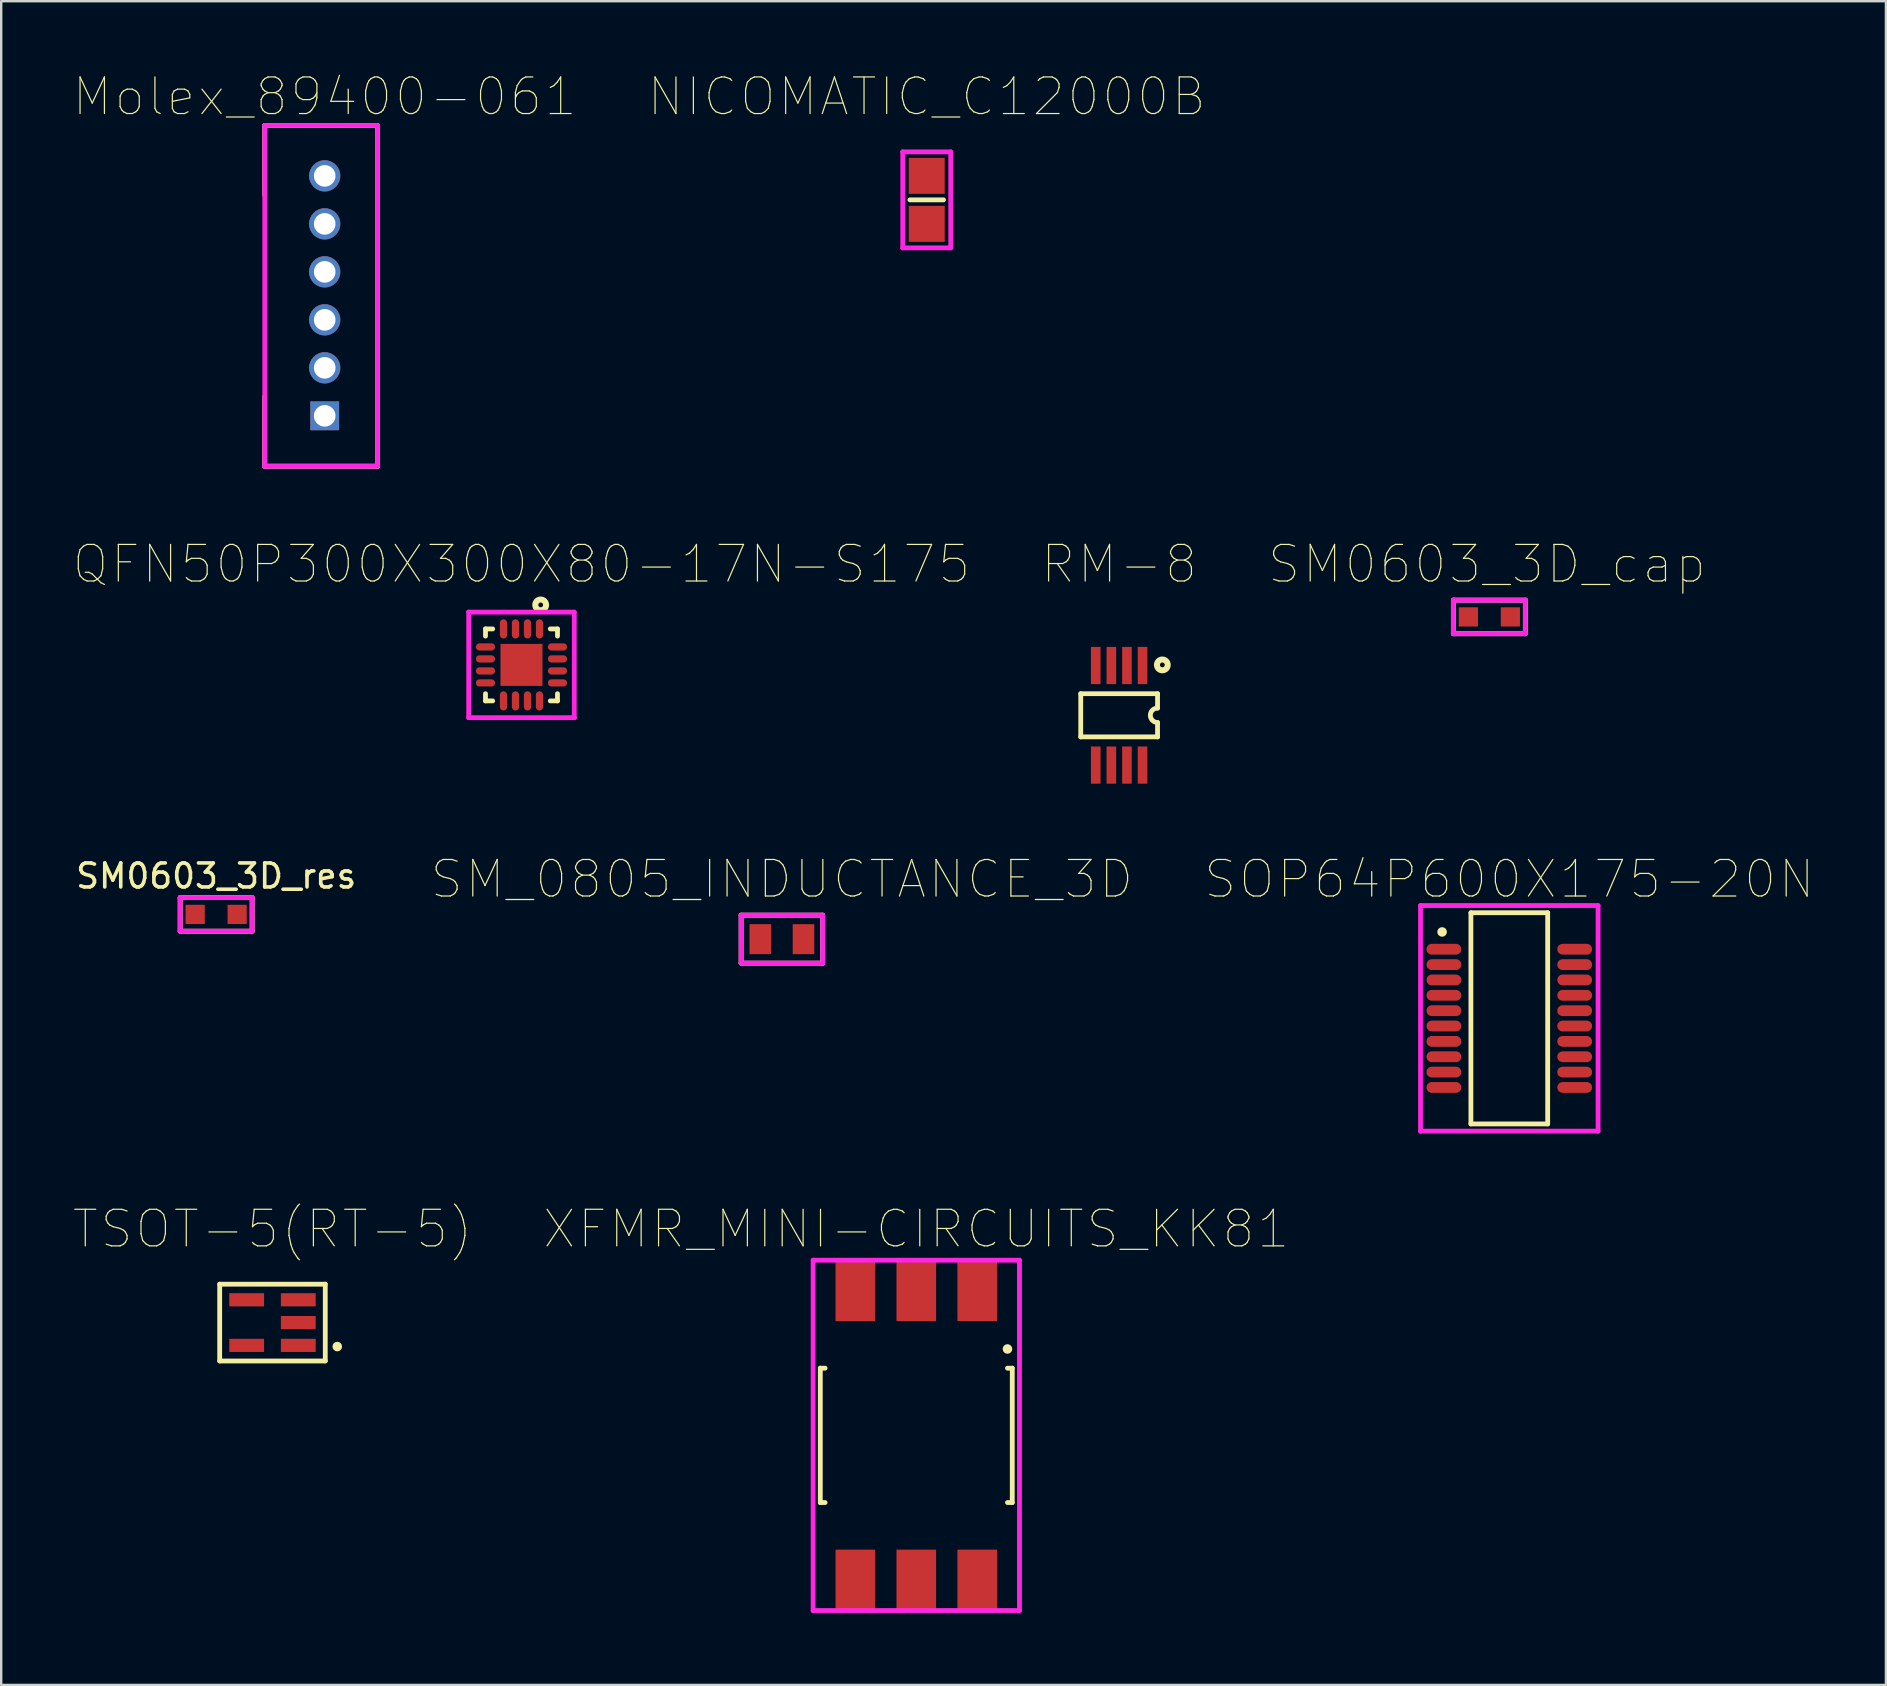
<source format=kicad_pcb>
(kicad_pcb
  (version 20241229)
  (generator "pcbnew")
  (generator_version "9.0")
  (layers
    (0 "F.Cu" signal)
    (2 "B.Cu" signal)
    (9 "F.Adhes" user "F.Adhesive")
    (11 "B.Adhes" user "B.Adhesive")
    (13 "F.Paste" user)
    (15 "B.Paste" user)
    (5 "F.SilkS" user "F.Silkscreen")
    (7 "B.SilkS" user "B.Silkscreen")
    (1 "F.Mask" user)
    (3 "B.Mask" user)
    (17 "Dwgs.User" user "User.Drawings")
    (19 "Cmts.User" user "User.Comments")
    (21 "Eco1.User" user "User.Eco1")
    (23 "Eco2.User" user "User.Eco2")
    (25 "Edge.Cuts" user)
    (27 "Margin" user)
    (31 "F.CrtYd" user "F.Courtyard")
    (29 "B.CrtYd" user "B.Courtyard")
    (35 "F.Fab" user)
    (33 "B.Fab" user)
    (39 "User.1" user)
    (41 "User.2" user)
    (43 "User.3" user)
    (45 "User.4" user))
  (footprint "QFN50P300X300X80-17N-S175"
    (layer "F.Cu")
    (at 18.682 24.659)
    (property "Reference" "QFN50P300X300X80-17N-S175" (at 0 -4.2 0) (layer "F.SilkS") (effects (font (size 1.524 1.524) (thickness 0.05))))
    (attr smd)
    (fp_line (start -1.5 -1.5) (end -1.5 -1.2) (stroke (width 0.2) (type solid)) (layer "F.SilkS"))
    (fp_line (start -1.5 1.2) (end -1.5 1.5) (stroke (width 0.2) (type solid)) (layer "F.SilkS"))
    (fp_line (start -1.5 1.5) (end -1.2 1.5) (stroke (width 0.2) (type solid)) (layer "F.SilkS"))
    (fp_line (start -1.2 -1.5) (end -1.5 -1.5) (stroke (width 0.2) (type solid)) (layer "F.SilkS"))
    (fp_line (start 1.2 1.5) (end 1.5 1.5) (stroke (width 0.2) (type solid)) (layer "F.SilkS"))
    (fp_line (start 1.5 -1.5) (end 1.2 -1.5) (stroke (width 0.2) (type solid)) (layer "F.SilkS"))
    (fp_line (start 1.5 -1.2) (end 1.5 -1.5) (stroke (width 0.2) (type solid)) (layer "F.SilkS"))
    (fp_line (start 1.5 1.5) (end 1.5 1.2) (stroke (width 0.2) (type solid)) (layer "F.SilkS"))
    (fp_circle (center 0.8 -2.5) (end 0.9 -2.5) (stroke (width 0.25) (type solid)) (fill no) (layer "F.SilkS"))
    (fp_line (start -2.2 -2.2) (end -2.2 2.2) (stroke (width 0.2) (type solid)) (layer "F.CrtYd"))
    (fp_line (start -2.2 2.2) (end 2.2 2.2) (stroke (width 0.2) (type solid)) (layer "F.CrtYd"))
    (fp_line (start 2.2 -2.2) (end -2.2 -2.2) (stroke (width 0.2) (type solid)) (layer "F.CrtYd"))
    (fp_line (start 2.2 2.2) (end 2.2 -2.2) (stroke (width 0.2) (type solid)) (layer "F.CrtYd"))
    (pad "1" smd oval (at 0.75 -1.5 270) (size 0.8 0.3) (layers "F.Cu" "F.Mask" "F.Paste"))
    (pad "2" smd oval (at 0.25 -1.5 270) (size 0.8 0.3) (layers "F.Cu" "F.Mask" "F.Paste"))
    (pad "3" smd oval (at -0.25 -1.5 270) (size 0.8 0.3) (layers "F.Cu" "F.Mask" "F.Paste"))
    (pad "4" smd oval (at -0.75 -1.5 270) (size 0.8 0.3) (layers "F.Cu" "F.Mask" "F.Paste"))
    (pad "5" smd oval (at -1.5 -0.75) (size 0.8 0.3) (layers "F.Cu" "F.Mask" "F.Paste"))
    (pad "6" smd oval (at -1.5 -0.25) (size 0.8 0.3) (layers "F.Cu" "F.Mask" "F.Paste"))
    (pad "7" smd oval (at -1.5 0.25) (size 0.8 0.3) (layers "F.Cu" "F.Mask" "F.Paste"))
    (pad "8" smd oval (at -1.5 0.75) (size 0.8 0.3) (layers "F.Cu" "F.Mask" "F.Paste"))
    (pad "9" smd oval (at -0.75 1.5 270) (size 0.8 0.3) (layers "F.Cu" "F.Mask" "F.Paste"))
    (pad "10" smd oval (at -0.25 1.5 270) (size 0.8 0.3) (layers "F.Cu" "F.Mask" "F.Paste"))
    (pad "11" smd oval (at 0.25 1.5 270) (size 0.8 0.3) (layers "F.Cu" "F.Mask" "F.Paste"))
    (pad "12" smd oval (at 0.75 1.5 270) (size 0.8 0.3) (layers "F.Cu" "F.Mask" "F.Paste"))
    (pad "13" smd oval (at 1.5 0.75) (size 0.8 0.3) (layers "F.Cu" "F.Mask" "F.Paste"))
    (pad "14" smd oval (at 1.5 0.25) (size 0.8 0.3) (layers "F.Cu" "F.Mask" "F.Paste"))
    (pad "15" smd oval (at 1.5 -0.25) (size 0.8 0.3) (layers "F.Cu" "F.Mask" "F.Paste"))
    (pad "16" smd oval (at 1.5 -0.75) (size 0.8 0.3) (layers "F.Cu" "F.Mask" "F.Paste"))
    (pad "17" smd rect (at 0 0 270) (size 1.75 1.75) (layers "F.Cu" "F.Mask" "F.Paste")))
  (footprint "NICOMATIC_C12000B"
    (layer "F.Cu")
    (at 35.57 5.279)
    (property "Reference" "NICOMATIC_C12000B" (at 0 -4.3 0) (layer "F.SilkS") (effects (font (size 1.524 1.524) (thickness 0.05))))
    (attr smd)
    (fp_line (start -0.7 0) (end 0.7 0) (stroke (width 0.2) (type solid)) (layer "F.SilkS"))
    (fp_line (start -1 -2) (end -1 2) (stroke (width 0.2) (type solid)) (layer "F.CrtYd"))
    (fp_line (start -1 2) (end 1 2) (stroke (width 0.2) (type solid)) (layer "F.CrtYd"))
    (fp_line (start 1 -2) (end -1 -2) (stroke (width 0.2) (type solid)) (layer "F.CrtYd"))
    (fp_line (start 1 2) (end 1 -2) (stroke (width 0.2) (type solid)) (layer "F.CrtYd"))
    (pad "1" smd rect (at 0 -1 90) (size 1.5 1.5) (layers "F.Cu" "F.Mask" "F.Paste"))
    (pad "1" smd rect (at 0 1 90) (size 1.5 1.5) (layers "F.Cu" "F.Mask" "F.Paste")))
  (footprint "Molex_89400-061"
    (layer "F.Cu")
    (at 10.482 14.279)
    (property "Reference" "Molex_89400-061" (at 0 -13.3 0) (layer "F.SilkS") (effects (font (size 1.524 1.524) (thickness 0.05))))
    (attr smd)
    (fp_line (start -2.5 -12.1) (end -2.5 -9.2) (stroke (width 0.2) (type solid)) (layer "F.SilkS"))
    (fp_line (start -2.5 -0.8) (end -2.5 2.1) (stroke (width 0.2) (type solid)) (layer "F.SilkS"))
    (fp_line (start -2.5 2.1) (end 2.2 2.1) (stroke (width 0.2) (type solid)) (layer "F.SilkS"))
    (fp_line (start 2.2 -12.1) (end -2.5 -12.1) (stroke (width 0.2) (type solid)) (layer "F.SilkS"))
    (fp_line (start 2.2 2.1) (end 2.2 -12.1) (stroke (width 0.2) (type solid)) (layer "F.SilkS"))
    (fp_line (start -2.5 -12.1) (end -2.5 2.1) (stroke (width 0.2) (type solid)) (layer "F.CrtYd"))
    (fp_line (start -2.5 2.1) (end 2.2 2.1) (stroke (width 0.2) (type solid)) (layer "F.CrtYd"))
    (fp_line (start 2.2 -12.1) (end -2.5 -12.1) (stroke (width 0.2) (type solid)) (layer "F.CrtYd"))
    (fp_line (start 2.2 2.1) (end 2.2 -12.1) (stroke (width 0.2) (type solid)) (layer "F.CrtYd"))
    (pad "1" thru_hole rect (at 0 0 180) (size 1.2 1.2) (drill 0.9) (layers "*.Cu" "*.Paste" "*.Mask"))
    (pad "2" thru_hole circle (at 0 -2 180) (size 1.3 1.3) (drill 0.9) (layers "*.Cu" "*.Paste" "*.Mask"))
    (pad "3" thru_hole circle (at 0 -4 180) (size 1.3 1.3) (drill 0.9) (layers "*.Cu" "*.Paste" "*.Mask"))
    (pad "4" thru_hole circle (at 0 -6 180) (size 1.3 1.3) (drill 0.9) (layers "*.Cu" "*.Paste" "*.Mask"))
    (pad "5" thru_hole circle (at 0 -8 180) (size 1.3 1.3) (drill 0.9) (layers "*.Cu" "*.Paste" "*.Mask"))
    (pad "6" thru_hole circle (at 0 -10 180) (size 1.3 1.3) (drill 0.9) (layers "*.Cu" "*.Paste" "*.Mask")))
  (footprint "RM-8"
    (layer "F.Cu")
    (at 43.589 26.759)
    (property "Reference" "RM-8" (at 0 -6.3 0) (layer "F.SilkS") (effects (font (size 1.524 1.524) (thickness 0.05))))
    (attr smd)
    (fp_line (start -1.6 -0.9) (end -1.6 0.9) (stroke (width 0.2) (type solid)) (layer "F.SilkS"))
    (fp_line (start -1.6 -0.9) (end 1.6 -0.9) (stroke (width 0.2) (type solid)) (layer "F.SilkS"))
    (fp_line (start -1.6 0.9) (end 1.6 0.9) (stroke (width 0.2) (type solid)) (layer "F.SilkS"))
    (fp_line (start 1.6 -0.9) (end 1.6 -0.3) (stroke (width 0.2) (type solid)) (layer "F.SilkS"))
    (fp_line (start 1.6 0.9) (end 1.6 0.3) (stroke (width 0.2) (type solid)) (layer "F.SilkS"))
    (fp_arc (start 1.6 0.3) (mid 1.3 0) (end 1.6 -0.3) (stroke (width 0.2) (type solid)) (layer "F.SilkS"))
    (fp_circle (center 1.8 -2.1) (end 1.9 -2.1) (stroke (width 0.25) (type solid)) (fill no) (layer "F.SilkS"))
    (pad "1" smd rect (at 0.975 -2.075) (size 0.4 1.55) (layers "F.Cu" "F.Mask" "F.Paste"))
    (pad "2" smd rect (at 0.325 -2.075) (size 0.4 1.55) (layers "F.Cu" "F.Mask" "F.Paste"))
    (pad "3" smd rect (at -0.325 -2.075) (size 0.4 1.55) (layers "F.Cu" "F.Mask" "F.Paste"))
    (pad "4" smd rect (at -0.975 -2.075) (size 0.4 1.55) (layers "F.Cu" "F.Mask" "F.Paste"))
    (pad "5" smd rect (at -0.975 2.075) (size 0.4 1.55) (layers "F.Cu" "F.Mask" "F.Paste"))
    (pad "6" smd rect (at -0.325 2.075) (size 0.4 1.55) (layers "F.Cu" "F.Mask" "F.Paste"))
    (pad "7" smd rect (at 0.325 2.075) (size 0.4 1.55) (layers "F.Cu" "F.Mask" "F.Paste"))
    (pad "8" smd rect (at 0.975 2.075) (size 0.4 1.55) (layers "F.Cu" "F.Mask" "F.Paste")))
  (footprint "SM_0805_INDUCTANCE_3D"
    (layer "F.Cu")
    (at 29.535 36.088)
    (property "Reference" "SM_0805_INDUCTANCE_3D" (at 0 -2.5 0) (layer "F.SilkS") (effects (font (size 1.524 1.524) (thickness 0.05))))
    (attr smd)
    (fp_line (start -1.7 -1) (end -1.7 1) (stroke (width 0.2) (type solid)) (layer "F.SilkS"))
    (fp_line (start -1.7 1) (end 1.7 1) (stroke (width 0.2) (type solid)) (layer "F.SilkS"))
    (fp_line (start 1.7 -1) (end -1.7 -1) (stroke (width 0.2) (type solid)) (layer "F.SilkS"))
    (fp_line (start 1.7 1) (end 1.7 -1) (stroke (width 0.2) (type solid)) (layer "F.SilkS"))
    (fp_line (start -1.7 -1) (end -1.7 1) (stroke (width 0.2) (type solid)) (layer "F.CrtYd"))
    (fp_line (start -1.7 1) (end 1.7 1) (stroke (width 0.2) (type solid)) (layer "F.CrtYd"))
    (fp_line (start 1.7 -1) (end -1.7 -1) (stroke (width 0.2) (type solid)) (layer "F.CrtYd"))
    (fp_line (start 1.7 1) (end 1.7 -1) (stroke (width 0.2) (type solid)) (layer "F.CrtYd"))
    (pad "1" smd rect (at 0.9 0 270) (size 1.25 0.9) (layers "F.Cu" "F.Mask" "F.Paste"))
    (pad "2" smd rect (at -0.9 0 270) (size 1.25 0.9) (layers "F.Cu" "F.Mask" "F.Paste")))
  (footprint "XFMR_MINI-CIRCUITS_KK81"
    (layer "F.Cu")
    (at 35.135 56.767)
    (property "Reference" "XFMR_MINI-CIRCUITS_KK81" (at 0 -8.6 0) (layer "F.SilkS") (effects (font (size 1.524 1.524) (thickness 0.05))))
    (attr smd)
    (fp_line (start -4 -2.8) (end -4 2.8) (stroke (width 0.2) (type solid)) (layer "F.SilkS"))
    (fp_line (start -4 2.8) (end -3.8 2.8) (stroke (width 0.2) (type solid)) (layer "F.SilkS"))
    (fp_line (start -3.8 -2.8) (end -4 -2.8) (stroke (width 0.2) (type solid)) (layer "F.SilkS"))
    (fp_line (start 3.8 2.8) (end 4 2.8) (stroke (width 0.2) (type solid)) (layer "F.SilkS"))
    (fp_line (start 4 -2.8) (end 3.8 -2.8) (stroke (width 0.2) (type solid)) (layer "F.SilkS"))
    (fp_line (start 4 2.8) (end 4 -2.8) (stroke (width 0.2) (type solid)) (layer "F.SilkS"))
    (fp_circle (center 3.8 -3.6) (end 3.8 -3.5) (stroke (width 0.2) (type solid)) (fill no) (layer "F.SilkS"))
    (fp_line (start -4.3 -7.3) (end -4.3 7.3) (stroke (width 0.2) (type solid)) (layer "F.CrtYd"))
    (fp_line (start -4.3 7.3) (end 4.3 7.3) (stroke (width 0.2) (type solid)) (layer "F.CrtYd"))
    (fp_line (start 4.3 -7.3) (end -4.3 -7.3) (stroke (width 0.2) (type solid)) (layer "F.CrtYd"))
    (fp_line (start 4.3 7.3) (end 4.3 -7.3) (stroke (width 0.2) (type solid)) (layer "F.CrtYd"))
    (pad "1" smd rect (at 2.54 -6.032 180) (size 1.65 2.54) (layers "F.Cu" "F.Mask" "F.Paste"))
    (pad "2" smd rect (at 0 -6.032 180) (size 1.65 2.54) (layers "F.Cu" "F.Mask" "F.Paste"))
    (pad "3" smd rect (at -2.54 -6.032 180) (size 1.65 2.54) (layers "F.Cu" "F.Mask" "F.Paste"))
    (pad "4" smd rect (at -2.54 6.032 180) (size 1.65 2.54) (layers "F.Cu" "F.Mask" "F.Paste"))
    (pad "5" smd rect (at 0 6.032 180) (size 1.65 2.54) (layers "F.Cu" "F.Mask" "F.Paste"))
    (pad "6" smd rect (at 2.54 6.032 180) (size 1.65 2.54) (layers "F.Cu" "F.Mask" "F.Paste")))
  (footprint "SOP64P600X175-20N"
    (layer "F.Cu")
    (at 59.848 39.388)
    (property "Reference" "SOP64P600X175-20N" (at 0 -5.8 0) (layer "F.SilkS") (effects (font (size 1.524 1.524) (thickness 0.05))))
    (attr smd)
    (fp_line (start -1.6 -4.4) (end -1.6 4.4) (stroke (width 0.2) (type solid)) (layer "F.SilkS"))
    (fp_line (start -1.6 4.4) (end 1.6 4.4) (stroke (width 0.2) (type solid)) (layer "F.SilkS"))
    (fp_line (start 1.6 -4.4) (end -1.6 -4.4) (stroke (width 0.2) (type solid)) (layer "F.SilkS"))
    (fp_line (start 1.6 4.4) (end 1.6 -4.4) (stroke (width 0.2) (type solid)) (layer "F.SilkS"))
    (fp_circle (center -2.8 -3.6) (end -2.7 -3.6) (stroke (width 0.2) (type solid)) (fill no) (layer "F.SilkS"))
    (fp_line (start -3.7 -4.7) (end -3.7 4.7) (stroke (width 0.2) (type solid)) (layer "F.CrtYd"))
    (fp_line (start -3.7 4.7) (end 3.7 4.7) (stroke (width 0.2) (type solid)) (layer "F.CrtYd"))
    (fp_line (start 3.7 -4.7) (end -3.7 -4.7) (stroke (width 0.2) (type solid)) (layer "F.CrtYd"))
    (fp_line (start 3.7 4.7) (end 3.7 -4.7) (stroke (width 0.2) (type solid)) (layer "F.CrtYd"))
    (pad "1" smd oval (at -2.725 -2.88 90) (size 0.45 1.45) (layers "F.Cu" "F.Mask" "F.Paste"))
    (pad "2" smd oval (at -2.725 -2.24 90) (size 0.45 1.45) (layers "F.Cu" "F.Mask" "F.Paste"))
    (pad "3" smd oval (at -2.725 -1.6 90) (size 0.45 1.45) (layers "F.Cu" "F.Mask" "F.Paste"))
    (pad "4" smd oval (at -2.725 -0.96 90) (size 0.45 1.45) (layers "F.Cu" "F.Mask" "F.Paste"))
    (pad "5" smd oval (at -2.725 -0.32 90) (size 0.45 1.45) (layers "F.Cu" "F.Mask" "F.Paste"))
    (pad "6" smd oval (at -2.725 0.32 90) (size 0.45 1.45) (layers "F.Cu" "F.Mask" "F.Paste"))
    (pad "7" smd oval (at -2.725 0.96 90) (size 0.45 1.45) (layers "F.Cu" "F.Mask" "F.Paste"))
    (pad "8" smd oval (at -2.725 1.6 90) (size 0.45 1.45) (layers "F.Cu" "F.Mask" "F.Paste"))
    (pad "9" smd oval (at -2.725 2.24 90) (size 0.45 1.45) (layers "F.Cu" "F.Mask" "F.Paste"))
    (pad "10" smd oval (at -2.725 2.88 90) (size 0.45 1.45) (layers "F.Cu" "F.Mask" "F.Paste"))
    (pad "11" smd oval (at 2.725 2.88 90) (size 0.45 1.45) (layers "F.Cu" "F.Mask" "F.Paste"))
    (pad "12" smd oval (at 2.725 2.24 90) (size 0.45 1.45) (layers "F.Cu" "F.Mask" "F.Paste"))
    (pad "13" smd oval (at 2.725 1.6 90) (size 0.45 1.45) (layers "F.Cu" "F.Mask" "F.Paste"))
    (pad "14" smd oval (at 2.725 0.96 90) (size 0.45 1.45) (layers "F.Cu" "F.Mask" "F.Paste"))
    (pad "15" smd oval (at 2.725 0.32 90) (size 0.45 1.45) (layers "F.Cu" "F.Mask" "F.Paste"))
    (pad "16" smd oval (at 2.725 -0.32 90) (size 0.45 1.45) (layers "F.Cu" "F.Mask" "F.Paste"))
    (pad "17" smd oval (at 2.725 -0.96 90) (size 0.45 1.45) (layers "F.Cu" "F.Mask" "F.Paste"))
    (pad "18" smd oval (at 2.725 -1.6 90) (size 0.45 1.45) (layers "F.Cu" "F.Mask" "F.Paste"))
    (pad "19" smd oval (at 2.725 -2.24 90) (size 0.45 1.45) (layers "F.Cu" "F.Mask" "F.Paste"))
    (pad "20" smd oval (at 2.725 -2.88 90) (size 0.45 1.45) (layers "F.Cu" "F.Mask" "F.Paste")))
  (footprint "SM0603_3D_cap"
    (layer "F.Cu")
    (at 59.017 22.659)
    (property "Reference" "SM0603_3D_cap" (at -0.1 -2.2 0) (layer "F.SilkS") (effects (font (size 1.524 1.524) (thickness 0.05))))
    (attr smd)
    (fp_line (start -1.5 -0.7) (end -1.5 0.7) (stroke (width 0.2) (type solid)) (layer "F.SilkS"))
    (fp_line (start -1.5 0.7) (end 1.5 0.7) (stroke (width 0.2) (type solid)) (layer "F.SilkS"))
    (fp_line (start 1.5 -0.7) (end -1.5 -0.7) (stroke (width 0.2) (type solid)) (layer "F.SilkS"))
    (fp_line (start 1.5 0.7) (end 1.5 -0.7) (stroke (width 0.2) (type solid)) (layer "F.SilkS"))
    (fp_line (start -1.5 -0.7) (end -1.5 0.7) (stroke (width 0.2) (type solid)) (layer "F.CrtYd"))
    (fp_line (start -1.5 0.7) (end 1.5 0.7) (stroke (width 0.2) (type solid)) (layer "F.CrtYd"))
    (fp_line (start 1.5 -0.7) (end -1.5 -0.7) (stroke (width 0.2) (type solid)) (layer "F.CrtYd"))
    (fp_line (start 1.5 0.7) (end 1.5 -0.7) (stroke (width 0.2) (type solid)) (layer "F.CrtYd"))
    (pad "1" smd rect (at -0.875 -0.00008) (size 0.8 0.8) (layers "F.Cu" "F.Mask" "F.Paste"))
    (pad "2" smd rect (at 0.875 -0.00008) (size 0.8 0.8) (layers "F.Cu" "F.Mask" "F.Paste")))
  (footprint "SM0603_3D_res"
    (layer "F.Cu")
    (at 5.958 35.057)
    (property "Reference" "SM0603_3D_res" (at 0 -1.6 0) (layer "F.SilkS") (effects (font (size 1 1) (thickness 0.15))))
    (attr smd)
    (fp_line (start -1.5 -0.7) (end -1.5 0.7) (stroke (width 0.2) (type solid)) (layer "F.SilkS"))
    (fp_line (start -1.5 0.7) (end 1.5 0.7) (stroke (width 0.2) (type solid)) (layer "F.SilkS"))
    (fp_line (start 1.5 -0.7) (end -1.5 -0.7) (stroke (width 0.2) (type solid)) (layer "F.SilkS"))
    (fp_line (start 1.5 0.7) (end 1.5 -0.7) (stroke (width 0.2) (type solid)) (layer "F.SilkS"))
    (fp_line (start -1.5 -0.7) (end -1.5 0.7) (stroke (width 0.2) (type solid)) (layer "F.CrtYd"))
    (fp_line (start -1.5 0.7) (end 1.5 0.7) (stroke (width 0.2) (type solid)) (layer "F.CrtYd"))
    (fp_line (start 1.5 -0.7) (end -1.5 -0.7) (stroke (width 0.2) (type solid)) (layer "F.CrtYd"))
    (fp_line (start 1.5 0.7) (end 1.5 -0.7) (stroke (width 0.2) (type solid)) (layer "F.CrtYd"))
    (pad "1" smd rect (at 0.875 0.00006 180) (size 0.8 0.8) (layers "F.Cu" "F.Mask" "F.Paste"))
    (pad "2" smd rect (at -0.875 0.00006 180) (size 0.8 0.8) (layers "F.Cu" "F.Mask" "F.Paste")))
  (footprint "TSOT-5(RT-5)"
    (layer "F.Cu")
    (at 8.305 52.067)
    (property "Reference" "TSOT-5(RT-5)" (at 0 -3.9 0) (layer "F.SilkS") (effects (font (size 1.524 1.524) (thickness 0.05))))
    (attr smd)
    (fp_line (start -2.2 -1.6) (end -2.2 1.6) (stroke (width 0.2) (type solid)) (layer "F.SilkS"))
    (fp_line (start -2.2 1.6) (end 2.2 1.6) (stroke (width 0.2) (type solid)) (layer "F.SilkS"))
    (fp_line (start 2.2 -1.6) (end -2.2 -1.6) (stroke (width 0.2) (type solid)) (layer "F.SilkS"))
    (fp_line (start 2.2 1.6) (end 2.2 -1.6) (stroke (width 0.2) (type solid)) (layer "F.SilkS"))
    (fp_circle (center 2.7 1) (end 2.7 1.1) (stroke (width 0.2) (type solid)) (fill no) (layer "F.SilkS"))
    (pad "1" smd rect (at 1.075 0.95 90) (size 0.55 1.45) (layers "F.Cu" "F.Mask" "F.Paste"))
    (pad "2" smd rect (at 1.075 -0.00001 90) (size 0.55 1.45) (layers "F.Cu" "F.Mask" "F.Paste"))
    (pad "3" smd rect (at 1.075 -0.95 90) (size 0.55 1.45) (layers "F.Cu" "F.Mask" "F.Paste"))
    (pad "4" smd rect (at -1.075 -0.95 90) (size 0.55 1.45) (layers "F.Cu" "F.Mask" "F.Paste"))
    (pad "5" smd rect (at -1.075 0.95 90) (size 0.55 1.45) (layers "F.Cu" "F.Mask" "F.Paste")))
  (gr_rect
    (start -3 -3)
    (end 75.544 67.167)
    (stroke (width 0.1) (type default))
    (fill no)
    (layer "Edge.Cuts")))
</source>
